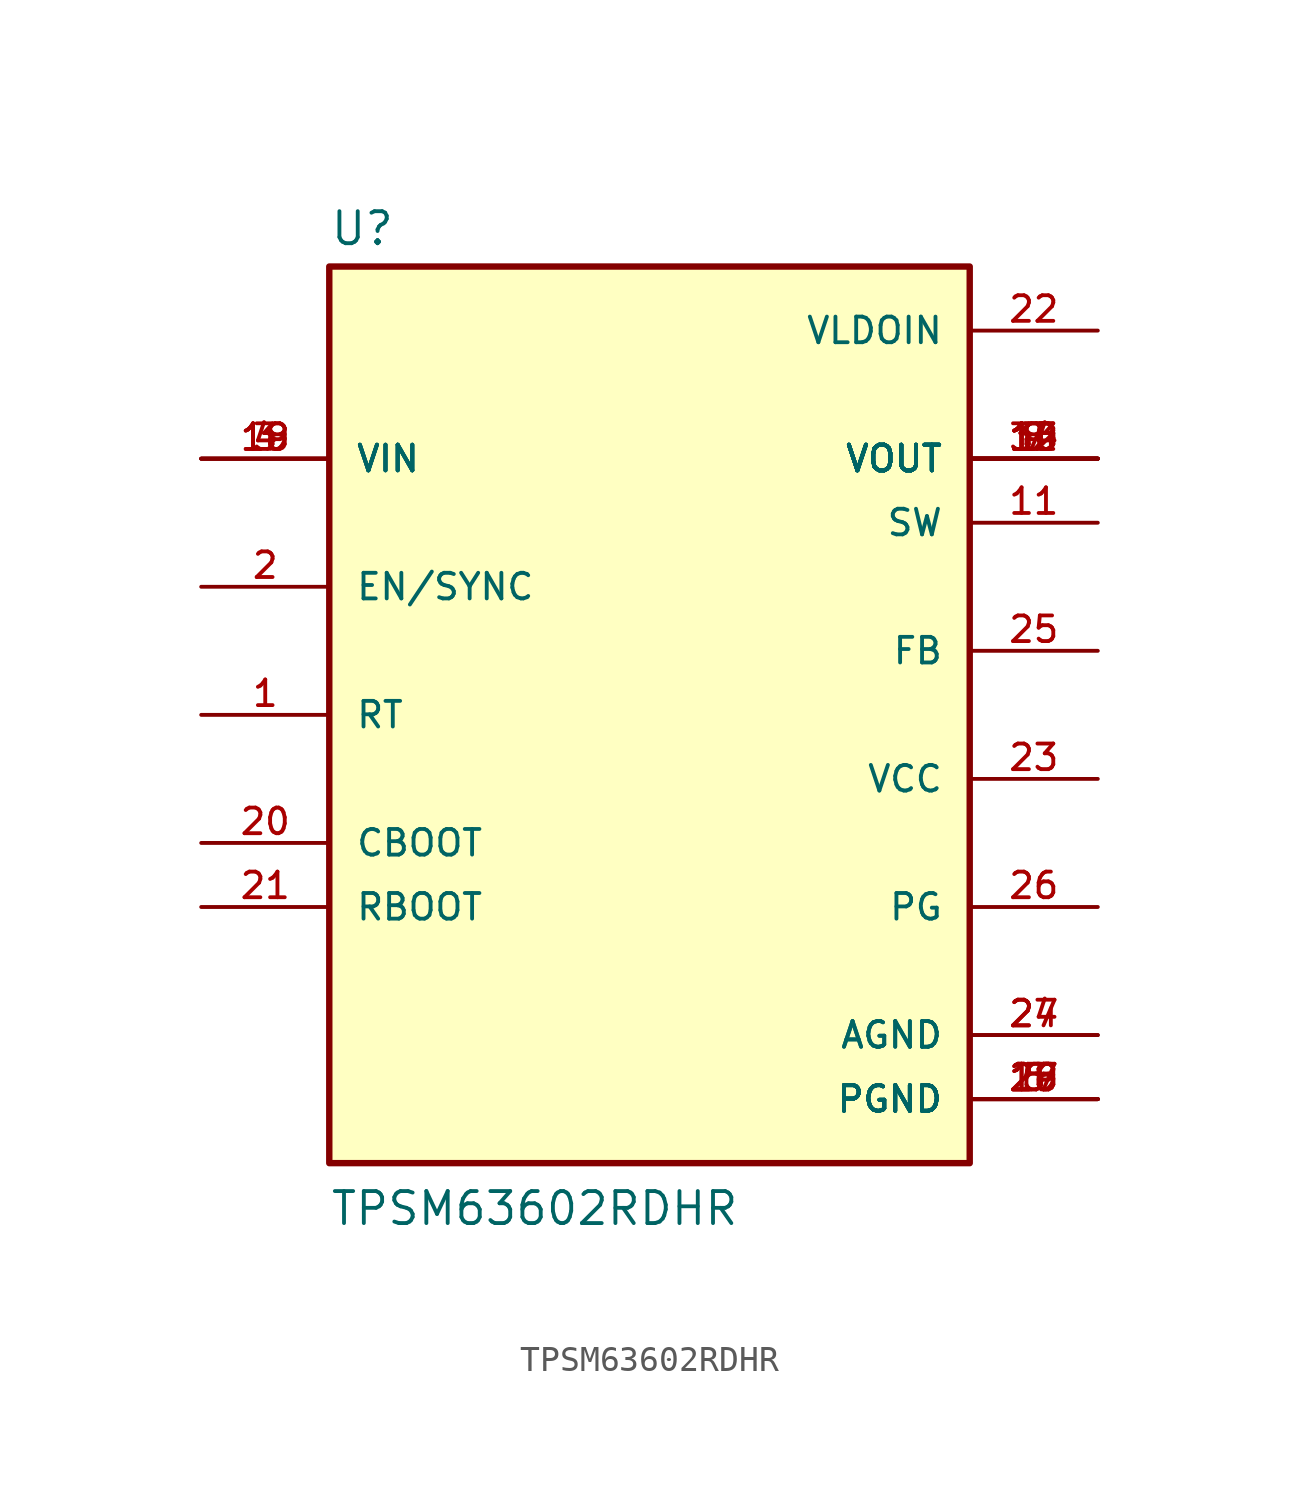
<source format=kicad_sym>
(kicad_symbol_lib
  (version 20211014)
  (generator kicad_symbol_editor)
  (symbol "TPSM63602RDHR"
    (pin_names
      (offset 1.016))
    (property "Reference" "U"
      (at -12.7 18.542 0)
      (effects (font (size 1.27 1.27)) (justify bottom left)))
    (property "Value" "TPSM63602RDHR"
      (at -12.7 -20.32 0)
      (effects (font (size 1.27 1.27)) (justify bottom left)))
    (symbol "TPSM63602RDHR_0_0"
      (rectangle (start -12.7 -17.78) (end 12.7 17.78) (stroke (width 0.254)) (fill (type background)))
      (pin input line (at -17.78 0.0 0) (length 5.08) (name "RT" (effects (font (size 1.016 1.016)))) (number "1" (effects (font (size 1.016 1.016)))))
      (pin input line (at -17.78 5.08 0) (length 5.08) (name "EN/SYNC" (effects (font (size 1.016 1.016)))) (number "2" (effects (font (size 1.016 1.016)))))
      (pin input line (at -17.78 10.16 0) (length 5.08) (name "VIN" (effects (font (size 1.016 1.016)))) (number "3" (effects (font (size 1.016 1.016)))))
      (pin input line (at -17.78 10.16 0) (length 5.08) (name "VIN" (effects (font (size 1.016 1.016)))) (number "4" (effects (font (size 1.016 1.016)))))
      (pin input line (at -17.78 10.16 0) (length 5.08) (name "VIN" (effects (font (size 1.016 1.016)))) (number "18" (effects (font (size 1.016 1.016)))))
      (pin input line (at -17.78 10.16 0) (length 5.08) (name "VIN" (effects (font (size 1.016 1.016)))) (number "19" (effects (font (size 1.016 1.016)))))
      (pin power_in line (at 17.78 -15.24 180.0) (length 5.08) (name "PGND" (effects (font (size 1.016 1.016)))) (number "5" (effects (font (size 1.016 1.016)))))
      (pin power_in line (at 17.78 -15.24 180.0) (length 5.08) (name "PGND" (effects (font (size 1.016 1.016)))) (number "6" (effects (font (size 1.016 1.016)))))
      (pin power_in line (at 17.78 -15.24 180.0) (length 5.08) (name "PGND" (effects (font (size 1.016 1.016)))) (number "16" (effects (font (size 1.016 1.016)))))
      (pin power_in line (at 17.78 -15.24 180.0) (length 5.08) (name "PGND" (effects (font (size 1.016 1.016)))) (number "17" (effects (font (size 1.016 1.016)))))
      (pin power_in line (at 17.78 -15.24 180.0) (length 5.08) (name "PGND" (effects (font (size 1.016 1.016)))) (number "28" (effects (font (size 1.016 1.016)))))
      (pin power_in line (at 17.78 -15.24 180.0) (length 5.08) (name "PGND" (effects (font (size 1.016 1.016)))) (number "29" (effects (font (size 1.016 1.016)))))
      (pin output line (at 17.78 10.16 180.0) (length 5.08) (name "VOUT" (effects (font (size 1.016 1.016)))) (number "7" (effects (font (size 1.016 1.016)))))
      (pin output line (at 17.78 10.16 180.0) (length 5.08) (name "VOUT" (effects (font (size 1.016 1.016)))) (number "8" (effects (font (size 1.016 1.016)))))
      (pin output line (at 17.78 10.16 180.0) (length 5.08) (name "VOUT" (effects (font (size 1.016 1.016)))) (number "9" (effects (font (size 1.016 1.016)))))
      (pin output line (at 17.78 10.16 180.0) (length 5.08) (name "VOUT" (effects (font (size 1.016 1.016)))) (number "10" (effects (font (size 1.016 1.016)))))
      (pin output line (at 17.78 10.16 180.0) (length 5.08) (name "VOUT" (effects (font (size 1.016 1.016)))) (number "12" (effects (font (size 1.016 1.016)))))
      (pin output line (at 17.78 10.16 180.0) (length 5.08) (name "VOUT" (effects (font (size 1.016 1.016)))) (number "13" (effects (font (size 1.016 1.016)))))
      (pin output line (at 17.78 10.16 180.0) (length 5.08) (name "VOUT" (effects (font (size 1.016 1.016)))) (number "14" (effects (font (size 1.016 1.016)))))
      (pin output line (at 17.78 10.16 180.0) (length 5.08) (name "VOUT" (effects (font (size 1.016 1.016)))) (number "15" (effects (font (size 1.016 1.016)))))
      (pin output line (at 17.78 10.16 180.0) (length 5.08) (name "VOUT" (effects (font (size 1.016 1.016)))) (number "30" (effects (font (size 1.016 1.016)))))
      (pin output line (at 17.78 7.62 180.0) (length 5.08) (name "SW" (effects (font (size 1.016 1.016)))) (number "11" (effects (font (size 1.016 1.016)))))
      (pin bidirectional line (at -17.78 -5.08 0) (length 5.08) (name "CBOOT" (effects (font (size 1.016 1.016)))) (number "20" (effects (font (size 1.016 1.016)))))
      (pin bidirectional line (at -17.78 -7.62 0) (length 5.08) (name "RBOOT" (effects (font (size 1.016 1.016)))) (number "21" (effects (font (size 1.016 1.016)))))
      (pin power_in line (at 17.78 15.24 180.0) (length 5.08) (name "VLDOIN" (effects (font (size 1.016 1.016)))) (number "22" (effects (font (size 1.016 1.016)))))
      (pin output line (at 17.78 -2.54 180.0) (length 5.08) (name "VCC" (effects (font (size 1.016 1.016)))) (number "23" (effects (font (size 1.016 1.016)))))
      (pin power_in line (at 17.78 -12.7 180.0) (length 5.08) (name "AGND" (effects (font (size 1.016 1.016)))) (number "24" (effects (font (size 1.016 1.016)))))
      (pin power_in line (at 17.78 -12.7 180.0) (length 5.08) (name "AGND" (effects (font (size 1.016 1.016)))) (number "27" (effects (font (size 1.016 1.016)))))
      (pin input line (at 17.78 2.54 180.0) (length 5.08) (name "FB" (effects (font (size 1.016 1.016)))) (number "25" (effects (font (size 1.016 1.016)))))
      (pin output line (at 17.78 -7.62 180.0) (length 5.08) (name "PG" (effects (font (size 1.016 1.016)))) (number "26" (effects (font (size 1.016 1.016))))))))
</source>
